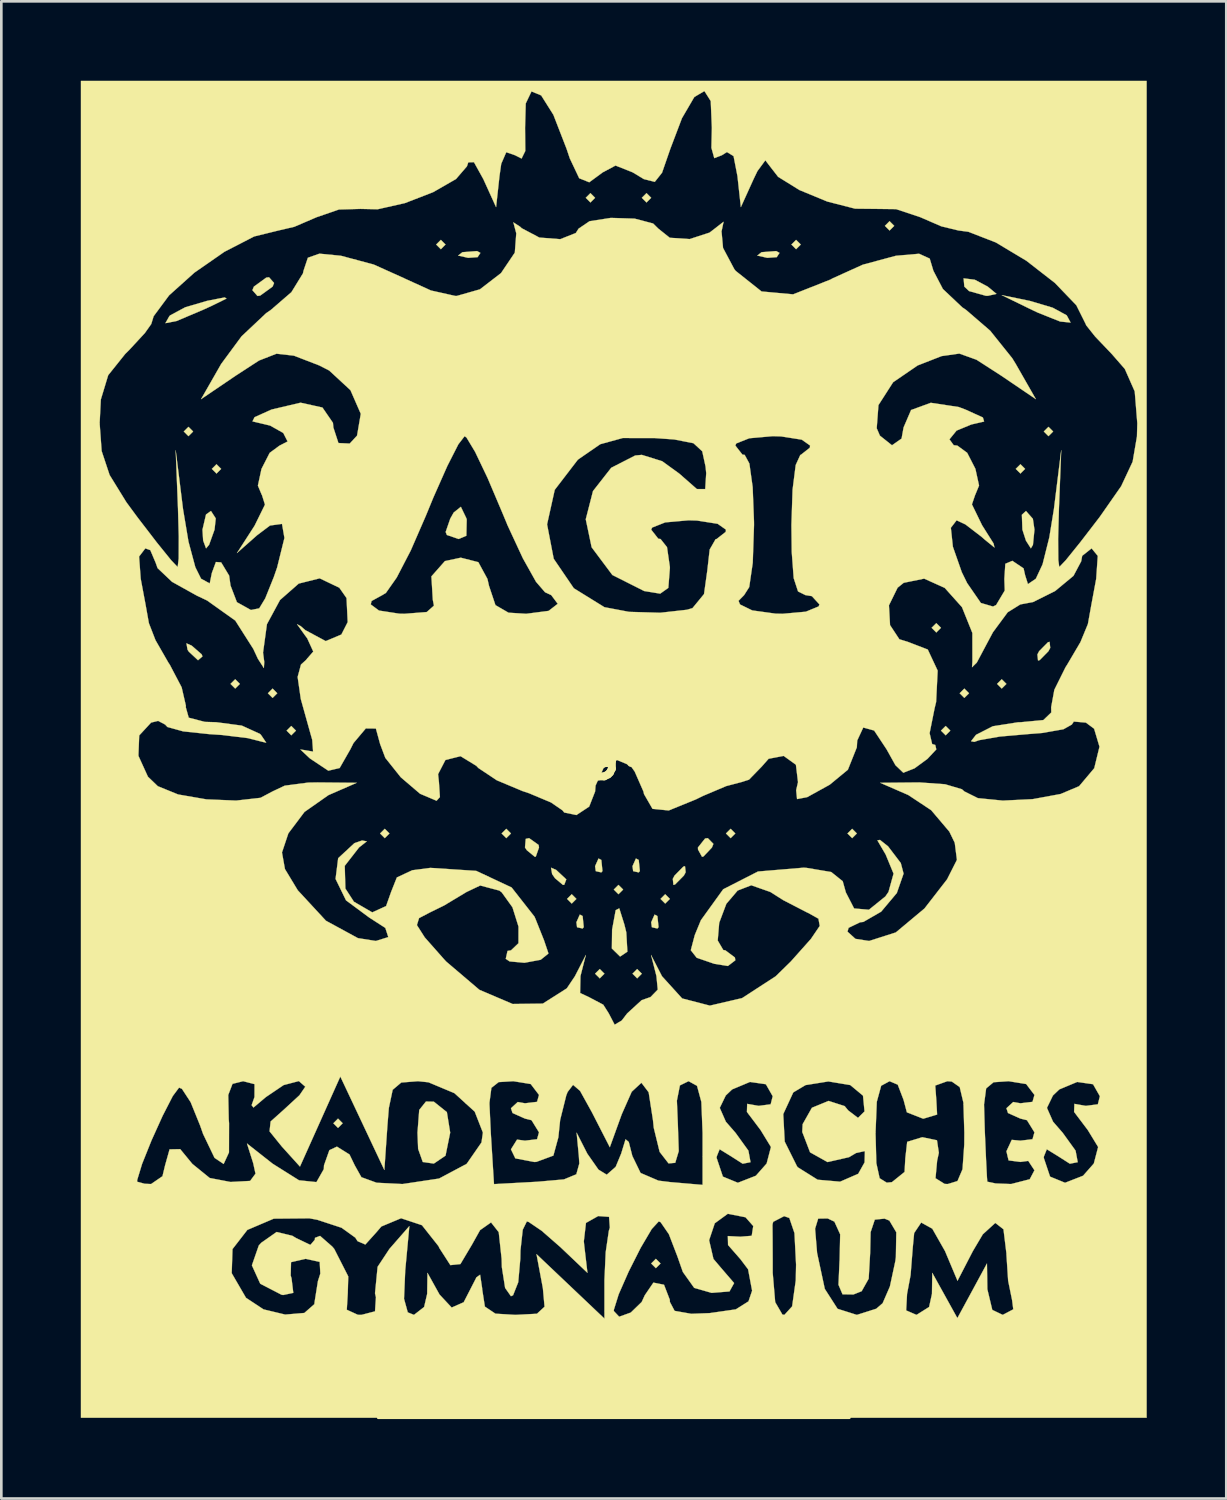
<source format=kicad_pcb>
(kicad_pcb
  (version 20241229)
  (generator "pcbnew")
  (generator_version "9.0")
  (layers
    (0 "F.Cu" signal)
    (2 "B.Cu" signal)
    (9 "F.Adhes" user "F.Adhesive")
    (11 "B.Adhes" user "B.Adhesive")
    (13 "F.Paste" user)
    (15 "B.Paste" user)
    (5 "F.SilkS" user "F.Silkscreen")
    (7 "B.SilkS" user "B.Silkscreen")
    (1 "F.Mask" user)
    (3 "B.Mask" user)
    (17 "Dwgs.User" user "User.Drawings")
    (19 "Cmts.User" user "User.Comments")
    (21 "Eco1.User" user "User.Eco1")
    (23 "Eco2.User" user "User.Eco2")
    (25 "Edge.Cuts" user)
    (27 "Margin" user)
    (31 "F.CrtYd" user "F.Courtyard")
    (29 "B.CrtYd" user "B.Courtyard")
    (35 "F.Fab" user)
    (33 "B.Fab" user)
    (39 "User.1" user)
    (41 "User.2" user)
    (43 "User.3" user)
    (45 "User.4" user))
  (footprint "agi2"
    (layer "F.Cu")
    (at 20.113 25.052)
    (property "Reference" "agi2" (at 0 0 0) (layer "F.SilkS") (effects (font (size 1.524 1.524) (thickness 0.3))))
    (attr through_hole)
    (fp_poly (pts (xy 3.81 -1.27) (xy 3.81 -3.81) (xy -6.35 -3.81) (xy -5.08 -1.27)) (stroke (width 0.1) (type solid)) (fill yes) (layer "F.SilkS"))
    (fp_poly (pts (xy -15.875 -11.818) (xy -16.051 -11.642) (xy -16.228 -11.818) (xy -16.051 -11.994) (xy -15.875 -11.818)) (stroke (width 0.01) (type solid)) (fill yes) (layer "F.SilkS"))
    (fp_poly (pts (xy -14.817 -10.407) (xy -14.993 -10.231) (xy -15.169 -10.407) (xy -14.993 -10.583) (xy -14.817 -10.407)) (stroke (width 0.01) (type solid)) (fill yes) (layer "F.SilkS"))
    (fp_poly (pts (xy -14.111 -2.293) (xy -14.287 -2.117) (xy -14.464 -2.293) (xy -14.287 -2.469) (xy -14.111 -2.293)) (stroke (width 0.01) (type solid)) (fill yes) (layer "F.SilkS"))
    (fp_poly (pts (xy -12.7 -1.94) (xy -12.876 -1.764) (xy -13.053 -1.94) (xy -12.876 -2.117) (xy -12.7 -1.94)) (stroke (width 0.01) (type solid)) (fill yes) (layer "F.SilkS"))
    (fp_poly (pts (xy -11.994 -0.529) (xy -12.171 -0.353) (xy -12.347 -0.529) (xy -12.171 -0.706) (xy -11.994 -0.529)) (stroke (width 0.01) (type solid)) (fill yes) (layer "F.SilkS"))
    (fp_poly (pts (xy -10.231 14.287) (xy -10.407 14.464) (xy -10.583 14.287) (xy -10.407 14.111) (xy -10.231 14.287)) (stroke (width 0.01) (type solid)) (fill yes) (layer "F.SilkS"))
    (fp_poly (pts (xy -10.16 22.86) (xy 8.89 22.86) (xy 8.89 25.4) (xy -8.89 25.4) (xy -8.89 24.13)) (stroke (width 0.1) (type solid)) (fill yes) (layer "F.SilkS"))
    (fp_poly (pts (xy -8.467 3.351) (xy -8.643 3.528) (xy -8.819 3.351) (xy -8.643 3.175) (xy -8.467 3.351)) (stroke (width 0.01) (type solid)) (fill yes) (layer "F.SilkS"))
    (fp_poly (pts (xy -6.35 -18.874) (xy -6.526 -18.697) (xy -6.703 -18.874) (xy -6.526 -19.05) (xy -6.35 -18.874)) (stroke (width 0.01) (type solid)) (fill yes) (layer "F.SilkS"))
    (fp_poly (pts (xy -3.881 3.351) (xy -4.057 3.528) (xy -4.233 3.351) (xy -4.057 3.175) (xy -3.881 3.351)) (stroke (width 0.01) (type solid)) (fill yes) (layer "F.SilkS"))
    (fp_poly (pts (xy -1.411 5.821) (xy -1.587 5.997) (xy -1.764 5.821) (xy -1.587 5.644) (xy -1.411 5.821)) (stroke (width 0.01) (type solid)) (fill yes) (layer "F.SilkS"))
    (fp_poly (pts (xy -0.706 -20.637) (xy -0.882 -20.461) (xy -1.058 -20.637) (xy -0.882 -20.814) (xy -0.706 -20.637)) (stroke (width 0.01) (type solid)) (fill yes) (layer "F.SilkS"))
    (fp_poly (pts (xy -0.353 8.643) (xy -0.529 8.819) (xy -0.706 8.643) (xy -0.529 8.467) (xy -0.353 8.643)) (stroke (width 0.01) (type solid)) (fill yes) (layer "F.SilkS"))
    (fp_poly (pts (xy 0.353 5.468) (xy 0.176 5.644) (xy 0 5.468) (xy 0.176 5.292) (xy 0.353 5.468)) (stroke (width 0.01) (type solid)) (fill yes) (layer "F.SilkS"))
    (fp_poly (pts (xy 1.058 8.643) (xy 0.882 8.819) (xy 0.706 8.643) (xy 0.882 8.467) (xy 1.058 8.643)) (stroke (width 0.01) (type solid)) (fill yes) (layer "F.SilkS"))
    (fp_poly (pts (xy 1.411 -20.637) (xy 1.235 -20.461) (xy 1.058 -20.637) (xy 1.235 -20.814) (xy 1.411 -20.637)) (stroke (width 0.01) (type solid)) (fill yes) (layer "F.SilkS"))
    (fp_poly (pts (xy 1.764 19.579) (xy 1.587 19.756) (xy 1.411 19.579) (xy 1.587 19.403) (xy 1.764 19.579)) (stroke (width 0.01) (type solid)) (fill yes) (layer "F.SilkS"))
    (fp_poly (pts (xy 2.117 5.821) (xy 1.94 5.997) (xy 1.764 5.821) (xy 1.94 5.644) (xy 2.117 5.821)) (stroke (width 0.01) (type solid)) (fill yes) (layer "F.SilkS"))
    (fp_poly (pts (xy 4.586 3.351) (xy 4.41 3.528) (xy 4.233 3.351) (xy 4.41 3.175) (xy 4.586 3.351)) (stroke (width 0.01) (type solid)) (fill yes) (layer "F.SilkS"))
    (fp_poly (pts (xy 7.056 -18.874) (xy 6.879 -18.697) (xy 6.703 -18.874) (xy 6.879 -19.05) (xy 7.056 -18.874)) (stroke (width 0.01) (type solid)) (fill yes) (layer "F.SilkS"))
    (fp_poly (pts (xy 9.172 3.351) (xy 8.996 3.528) (xy 8.819 3.351) (xy 8.996 3.175) (xy 9.172 3.351)) (stroke (width 0.01) (type solid)) (fill yes) (layer "F.SilkS"))
    (fp_poly (pts (xy 10.583 -19.579) (xy 10.407 -19.403) (xy 10.231 -19.579) (xy 10.407 -19.756) (xy 10.583 -19.579)) (stroke (width 0.01) (type solid)) (fill yes) (layer "F.SilkS"))
    (fp_poly (pts (xy 12.347 -4.41) (xy 12.171 -4.233) (xy 11.994 -4.41) (xy 12.171 -4.586) (xy 12.347 -4.41)) (stroke (width 0.01) (type solid)) (fill yes) (layer "F.SilkS"))
    (fp_poly (pts (xy 12.7 -0.529) (xy 12.524 -0.353) (xy 12.347 -0.529) (xy 12.524 -0.706) (xy 12.7 -0.529)) (stroke (width 0.01) (type solid)) (fill yes) (layer "F.SilkS"))
    (fp_poly (pts (xy 13.406 -1.94) (xy 13.229 -1.764) (xy 13.053 -1.94) (xy 13.229 -2.117) (xy 13.406 -1.94)) (stroke (width 0.01) (type solid)) (fill yes) (layer "F.SilkS"))
    (fp_poly (pts (xy 14.817 -2.293) (xy 14.64 -2.117) (xy 14.464 -2.293) (xy 14.64 -2.469) (xy 14.817 -2.293)) (stroke (width 0.01) (type solid)) (fill yes) (layer "F.SilkS"))
    (fp_poly (pts (xy 15.522 -10.407) (xy 15.346 -10.231) (xy 15.169 -10.407) (xy 15.346 -10.583) (xy 15.522 -10.407)) (stroke (width 0.01) (type solid)) (fill yes) (layer "F.SilkS"))
    (fp_poly (pts (xy 16.581 -11.818) (xy 16.404 -11.642) (xy 16.228 -11.818) (xy 16.404 -11.994) (xy 16.581 -11.818)) (stroke (width 0.01) (type solid)) (fill yes) (layer "F.SilkS"))
    (fp_poly (pts (xy -5.034 -18.558) (xy -5.14 -18.397) (xy -5.497 -18.372) (xy -5.874 -18.458) (xy -5.711 -18.585) (xy -5.159 -18.627) (xy -5.034 -18.558)) (stroke (width 0.01) (type solid)) (fill yes) (layer "F.SilkS"))
    (fp_poly (pts (xy -1.176 6.468) (xy -1.134 6.886) (xy -1.176 6.938) (xy -1.386 6.89) (xy -1.411 6.703) (xy -1.282 6.412) (xy -1.176 6.468)) (stroke (width 0.01) (type solid)) (fill yes) (layer "F.SilkS"))
    (fp_poly (pts (xy -0.47 4.351) (xy -0.428 4.77) (xy -0.47 4.821) (xy -0.68 4.773) (xy -0.706 4.586) (xy -0.576 4.296) (xy -0.47 4.351)) (stroke (width 0.01) (type solid)) (fill yes) (layer "F.SilkS"))
    (fp_poly (pts (xy 0.941 4.351) (xy 0.983 4.77) (xy 0.941 4.821) (xy 0.731 4.773) (xy 0.706 4.586) (xy 0.835 4.296) (xy 0.941 4.351)) (stroke (width 0.01) (type solid)) (fill yes) (layer "F.SilkS"))
    (fp_poly (pts (xy 1.646 6.468) (xy 1.689 6.886) (xy 1.646 6.938) (xy 1.437 6.89) (xy 1.411 6.703) (xy 1.54 6.412) (xy 1.646 6.468)) (stroke (width 0.01) (type solid)) (fill yes) (layer "F.SilkS"))
    (fp_poly (pts (xy 6.254 -18.558) (xy 6.149 -18.397) (xy 5.791 -18.372) (xy 5.415 -18.458) (xy 5.578 -18.585) (xy 6.13 -18.627) (xy 6.254 -18.558)) (stroke (width 0.01) (type solid)) (fill yes) (layer "F.SilkS"))
    (fp_poly (pts (xy -15.93 -3.738) (xy -15.554 -3.41) (xy -15.522 -3.331) (xy -15.69 -3.186) (xy -16.038 -3.51) (xy -16.085 -3.582) (xy -16.127 -3.824) (xy -15.93 -3.738)) (stroke (width 0.01) (type solid)) (fill yes) (layer "F.SilkS"))
    (fp_poly (pts (xy -2.171 4.729) (xy -1.792 5.084) (xy -1.87 5.288) (xy -1.919 5.292) (xy -2.218 5.041) (xy -2.327 4.884) (xy -2.368 4.643) (xy -2.171 4.729)) (stroke (width 0.01) (type solid)) (fill yes) (layer "F.SilkS"))
    (fp_poly (pts (xy -15.021 -8.539) (xy -15.067 -8.114) (xy -15.272 -7.544) (xy -15.387 -7.408) (xy -15.497 -7.705) (xy -15.522 -8.114) (xy -15.388 -8.687) (xy -15.202 -8.819) (xy -15.021 -8.539)) (stroke (width 0.01) (type solid)) (fill yes) (layer "F.SilkS"))
    (fp_poly (pts (xy -12.82 -17.422) (xy -12.876 -17.286) (xy -13.344 -16.947) (xy -13.447 -16.933) (xy -13.638 -17.151) (xy -13.582 -17.286) (xy -13.115 -17.626) (xy -13.011 -17.639) (xy -12.82 -17.422)) (stroke (width 0.01) (type solid)) (fill yes) (layer "F.SilkS"))
    (fp_poly (pts (xy -2.837 3.784) (xy -2.822 3.881) (xy -2.943 4.224) (xy -2.978 4.233) (xy -3.279 3.986) (xy -3.351 3.881) (xy -3.323 3.555) (xy -3.196 3.528) (xy -2.837 3.784)) (stroke (width 0.01) (type solid)) (fill yes) (layer "F.SilkS"))
    (fp_poly (pts (xy -0.391 23.922) (xy -0.353 24.165) (xy -0.428 24.636) (xy -0.491 24.694) (xy -0.719 24.419) (xy -0.833 24.165) (xy -0.84 23.711) (xy -0.694 23.636) (xy -0.391 23.922)) (stroke (width 0.01) (type solid)) (fill yes) (layer "F.SilkS"))
    (fp_poly (pts (xy 0.399 6.787) (xy 0.472 7.085) (xy 0.513 7.812) (xy 0.238 7.996) (xy -0.073 7.692) (xy -0.064 6.98) (xy 0.072 6.245) (xy 0.207 6.177) (xy 0.399 6.787)) (stroke (width 0.01) (type solid)) (fill yes) (layer "F.SilkS"))
    (fp_poly (pts (xy 1.397 -2.919) (xy 1.411 -2.822) (xy 1.291 -2.479) (xy 1.256 -2.469) (xy 0.954 -2.717) (xy 0.882 -2.822) (xy 0.91 -3.147) (xy 1.038 -3.175) (xy 1.397 -2.919)) (stroke (width 0.01) (type solid)) (fill yes) (layer "F.SilkS"))
    (fp_poly (pts (xy 2.712 4.814) (xy 2.646 4.939) (xy 2.313 5.276) (xy 2.251 5.292) (xy 2.227 5.064) (xy 2.293 4.939) (xy 2.625 4.602) (xy 2.687 4.586) (xy 2.712 4.814)) (stroke (width 0.01) (type solid)) (fill yes) (layer "F.SilkS"))
    (fp_poly (pts (xy 3.759 3.744) (xy 3.704 3.881) (xy 3.387 4.217) (xy 3.331 4.233) (xy 3.179 3.96) (xy 3.175 3.881) (xy 3.446 3.541) (xy 3.549 3.528) (xy 3.759 3.744)) (stroke (width 0.01) (type solid)) (fill yes) (layer "F.SilkS"))
    (fp_poly (pts (xy 3.841 23.922) (xy 3.881 24.165) (xy 3.69 24.635) (xy 3.528 24.694) (xy 3.215 24.409) (xy 3.175 24.165) (xy 3.365 23.696) (xy 3.528 23.636) (xy 3.841 23.922)) (stroke (width 0.01) (type solid)) (fill yes) (layer "F.SilkS"))
    (fp_poly (pts (xy 5.821 23.861) (xy 6.288 24.208) (xy 6.35 24.379) (xy 6.064 24.659) (xy 5.821 24.694) (xy 5.353 24.418) (xy 5.292 24.176) (xy 5.525 23.82) (xy 5.821 23.861)) (stroke (width 0.01) (type solid)) (fill yes) (layer "F.SilkS"))
    (fp_poly (pts (xy 13.621 -17.546) (xy 14.111 -17.286) (xy 14.442 -17.012) (xy 14.124 -16.94) (xy 14.044 -16.939) (xy 13.406 -17.118) (xy 13.229 -17.286) (xy 13.201 -17.598) (xy 13.621 -17.546)) (stroke (width 0.01) (type solid)) (fill yes) (layer "F.SilkS"))
    (fp_poly (pts (xy 15.699 -16.747) (xy 16.564 -16.49) (xy 17.092 -16.203) (xy 17.239 -15.929) (xy 16.846 -15.968) (xy 15.996 -16.307) (xy 15.699 -16.448) (xy 14.64 -16.964) (xy 15.699 -16.747)) (stroke (width 0.01) (type solid)) (fill yes) (layer "F.SilkS"))
    (fp_poly (pts (xy 15.815 -8.524) (xy 15.875 -8.114) (xy 15.818 -7.54) (xy 15.74 -7.408) (xy 15.554 -7.699) (xy 15.42 -8.114) (xy 15.4 -8.676) (xy 15.555 -8.819) (xy 15.815 -8.524)) (stroke (width 0.01) (type solid)) (fill yes) (layer "F.SilkS"))
    (fp_poly (pts (xy 16.47 -3.653) (xy 16.404 -3.528) (xy 16.072 -3.191) (xy 16.01 -3.175) (xy 15.986 -3.403) (xy 16.051 -3.528) (xy 16.384 -3.865) (xy 16.446 -3.881) (xy 16.47 -3.653)) (stroke (width 0.01) (type solid)) (fill yes) (layer "F.SilkS"))
    (fp_poly (pts (xy -5.562 -8.54) (xy -5.55 -8.496) (xy -5.564 -7.884) (xy -5.854 -7.761) (xy -6.299 -7.913) (xy -6.345 -8.026) (xy -6.171 -8.53) (xy -6.041 -8.761) (xy -5.771 -8.976) (xy -5.562 -8.54)) (stroke (width 0.01) (type solid)) (fill yes) (layer "F.SilkS"))
    (fp_poly (pts (xy -14.615 -16.835) (xy -15.16 -16.567) (xy -15.475 -16.422) (xy -16.495 -15.989) (xy -16.921 -15.906) (xy -16.772 -16.171) (xy -16.739 -16.203) (xy -16.173 -16.506) (xy -15.346 -16.749) (xy -14.684 -16.878) (xy -14.615 -16.835)) (stroke (width 0.01) (type solid)) (fill yes) (layer "F.SilkS"))
    (fp_poly (pts (xy -6.791 13.473) (xy -6.299 13.867) (xy -6.174 14.64) (xy -6.35 15.509) (xy -6.791 15.808) (xy -7.208 15.75) (xy -7.384 15.255) (xy -7.408 14.64) (xy -7.342 13.784) (xy -7.088 13.467) (xy -6.791 13.473)) (stroke (width 0.01) (type solid)) (fill yes) (layer "F.SilkS"))
    (fp_poly (pts (xy 20.108 25.4) (xy -20.108 25.4) (xy -20.108 23.209) (xy -7.139 23.209) (xy -7.131 23.989) (xy -6.894 24.761) (xy -6.376 25.033) (xy -6.113 25.047) (xy -5.504 24.925) (xy -5.499 24.606) (xy -5.605 24.342) (xy -5.292 24.589) (xy -5.273 24.606) (xy -4.553 24.961) (xy -3.966 25.047) (xy -3.383 24.927) (xy -3.398 24.606) (xy -3.506 24.342) (xy -3.177 24.559) (xy -3.12 24.605) (xy -2.6 24.796) (xy -1.554 24.928) (xy 0.076 25.004) (xy 2.343 25.027) (xy 2.795 25.026) (xy 4.868 25.01) (xy 6.322 24.973) (xy 7.243 24.905) (xy 7.718 24.798) (xy 7.834 24.643) (xy 7.771 24.53) (xy 7.571 24.037) (xy 7.832 23.756) (xy 7.87 23.534) (xy 7.322 23.355) (xy 6.31 23.234) (xy 4.953 23.184) (xy 3.37 23.22) (xy 3.263 23.225) (xy 2.007 23.331) (xy 1.313 23.51) (xy 1.039 23.805) (xy 1.017 23.931) (xy 0.962 24.311) (xy 0.845 24.015) (xy 0.815 23.901) (xy 0.516 23.478) (xy -0.189 23.293) (xy -1.323 23.298) (xy -1.528 23.605) (xy -1.559 24.003) (xy -1.661 24.568) (xy -1.824 24.694) (xy -2.067 24.4) (xy -2.117 24.033) (xy -2.369 23.498) (xy -2.94 23.322) (xy -3.547 23.492) (xy -3.911 23.994) (xy -3.929 24.121) (xy -3.977 24.871) (xy -4.124 24.121) (xy -4.516 23.503) (xy -5.115 23.372) (xy -5.859 23.612) (xy -6.107 24.121) (xy -6.216 24.519) (xy -6.28 24.258) (xy -6.302 23.901) (xy -6.486 23.184) (xy -6.818 22.931) (xy -7.139 23.209) (xy -20.108 23.209) (xy -20.108 19.945) (xy -14.419 19.945) (xy -13.88 20.874) (xy -13.218 21.311) (xy -12.401 21.507) (xy -11.678 21.446) (xy -11.301 21.116) (xy -11.289 21.019) (xy -11.165 20.243) (xy -11.075 19.961) (xy -11.098 19.519) (xy -11.628 19.403) (xy -12.18 19.529) (xy -12.193 20.032) (xy -12.161 20.141) (xy -12.095 20.688) (xy -12.478 20.769) (xy -12.54 20.758) (xy -13.342 20.343) (xy -13.657 19.649) (xy -13.397 18.9) (xy -13.306 18.799) (xy -12.723 18.39) (xy -12.132 18.533) (xy -11.989 18.619) (xy -11.45 18.878) (xy -11.281 18.681) (xy -11.277 18.612) (xy -11.084 18.538) (xy -10.625 18.94) (xy -10.55 19.028) (xy -10.021 20.067) (xy -10.039 20.703) (xy -10.076 21.325) (xy -9.657 21.516) (xy -9.525 21.519) (xy -9.011 21.385) (xy -8.976 20.854) (xy -9.011 20.703) (xy -8.913 19.705) (xy -8.466 19.028) (xy -7.715 18.168) (xy -7.871 19.844) (xy -7.916 20.912) (xy -7.775 21.423) (xy -7.541 21.519) (xy -7.158 21.221) (xy -7.043 20.726) (xy -7.031 19.932) (xy -6.577 20.75) (xy -6.118 21.242) (xy -5.665 21.042) (xy -5.203 20.142) (xy -5.19 20.108) (xy -5.045 20.003) (xy -4.968 20.514) (xy -4.967 20.549) (xy -4.865 21.206) (xy -4.467 21.473) (xy -3.713 21.519) (xy -2.9 21.476) (xy -2.613 21.211) (xy -2.675 20.522) (xy -2.702 20.373) (xy -2.917 19.226) (xy -1.635 20.442) (xy -0.353 21.658) (xy -0.353 21.372) (xy 0 21.372) (xy 0.203 21.588) (xy 0.641 21.431) (xy 1.053 21.032) (xy 1.17 20.778) (xy 1.495 20.301) (xy 1.895 20.381) (xy 2.114 20.949) (xy 2.117 21.031) (xy 2.295 21.367) (xy 2.925 21.478) (xy 3.616 21.452) (xy 4.606 21.31) (xy 5.083 21.009) (xy 5.22 20.607) (xy 5.068 19.799) (xy 4.78 19.417) (xy 4.312 18.882) (xy 4.304 18.544) (xy 4.758 18.568) (xy 4.763 18.57) (xy 5.205 18.534) (xy 5.263 18.165) (xy 5.207 18.102) (xy 5.988 18.102) (xy 5.993 18.575) (xy 5.997 19.483) (xy 5.997 19.932) (xy 6.091 21.038) (xy 6.363 21.506) (xy 6.438 21.519) (xy 6.73 21.198) (xy 6.867 20.219) (xy 6.879 19.623) (xy 6.818 18.43) (xy 6.763 18.268) (xy 7.596 18.268) (xy 7.672 19.182) (xy 7.963 20.538) (xy 8.445 21.289) (xy 9.172 21.519) (xy 9.706 21.35) (xy 11.033 21.35) (xy 11.424 21.519) (xy 11.899 21.22) (xy 12.007 20.726) (xy 12.019 19.932) (xy 12.493 20.787) (xy 12.966 21.641) (xy 13.525 20.61) (xy 14.083 19.579) (xy 14.097 20.549) (xy 14.284 21.331) (xy 14.678 21.519) (xy 15.076 21.309) (xy 15.031 20.961) (xy 14.882 20.23) (xy 14.817 19.233) (xy 14.817 19.198) (xy 14.706 18.288) (xy 14.398 18.048) (xy 13.926 18.478) (xy 13.55 19.112) (xy 12.971 20.232) (xy 12.5 19.112) (xy 12.019 18.265) (xy 11.601 18.034) (xy 11.335 18.429) (xy 11.284 18.962) (xy 11.2 20.02) (xy 11.067 20.726) (xy 11.033 21.35) (xy 9.706 21.35) (xy 9.904 21.287) (xy 10.146 21.078) (xy 10.419 20.449) (xy 10.626 19.484) (xy 10.645 19.337) (xy 10.661 18.401) (xy 10.4 17.96) (xy 10.219 17.886) (xy 9.85 17.924) (xy 9.692 18.396) (xy 9.675 19.176) (xy 9.619 20.153) (xy 9.354 20.625) (xy 9.044 20.748) (xy 8.632 20.742) (xy 8.479 20.382) (xy 8.518 19.502) (xy 8.522 19.456) (xy 8.543 18.478) (xy 8.325 17.999) (xy 8.072 17.879) (xy 7.713 17.885) (xy 7.596 18.268) (xy 6.763 18.268) (xy 6.625 17.862) (xy 6.428 17.793) (xy 6.017 18.006) (xy 5.988 18.102) (xy 5.207 18.102) (xy 4.971 17.835) (xy 4.302 17.703) (xy 3.811 18.062) (xy 3.597 18.7) (xy 3.761 19.407) (xy 4.057 19.756) (xy 4.541 20.318) (xy 4.366 20.634) (xy 3.692 20.688) (xy 3.034 20.499) (xy 2.606 19.898) (xy 2.402 19.315) (xy 2.079 18.474) (xy 1.765 18.018) (xy 1.696 17.992) (xy 1.432 18.279) (xy 1.015 18.987) (xy 0.561 19.885) (xy 0.185 20.741) (xy 0.003 21.325) (xy 0 21.372) (xy -0.353 21.372) (xy -0.353 20.206) (xy -0.305 19.152) (xy -0.187 18.347) (xy -0.149 18.224) (xy -0.179 17.819) (xy -0.59 17.789) (xy -1.05 18.048) (xy -1.131 18.743) (xy -1.114 18.908) (xy -0.994 19.932) (xy -2.015 18.962) (xy -2.72 18.346) (xy -3.211 18.012) (xy -3.282 17.992) (xy -3.436 18.305) (xy -3.522 19.087) (xy -3.528 19.403) (xy -3.606 20.286) (xy -3.801 20.778) (xy -3.881 20.814) (xy -4.101 20.501) (xy -4.224 19.719) (xy -4.233 19.403) (xy -4.342 18.398) (xy -4.632 18.029) (xy -5.047 18.321) (xy -5.356 18.874) (xy -5.788 19.601) (xy -6.167 19.641) (xy -6.582 18.997) (xy -6.616 18.923) (xy -7.24 18.134) (xy -8.027 17.872) (xy -8.772 18.183) (xy -8.964 18.407) (xy -9.376 18.864) (xy -9.669 18.737) (xy -9.755 18.603) (xy -10.272 18.231) (xy -11.189 17.93) (xy -11.485 17.875) (xy -12.831 17.887) (xy -13.829 18.312) (xy -14.389 19.035) (xy -14.419 19.945) (xy -20.108 19.945) (xy -20.108 16.492) (xy -17.991 16.492) (xy -17.703 16.571) (xy -17.462 16.581) (xy -17.032 16.286) (xy -16.933 15.875) (xy -16.764 15.272) (xy -16.362 15.264) (xy -15.904 15.821) (xy -15.248 16.353) (xy -14.464 16.503) (xy -13.724 16.463) (xy -13.521 16.19) (xy -13.608 15.793) (xy -13.843 15.051) (xy -12.871 15.816) (xy -11.878 16.44) (xy -11.221 16.508) (xy -10.943 16.018) (xy -10.936 15.875) (xy -10.733 15.303) (xy -10.448 15.169) (xy -9.974 15.465) (xy -9.776 15.875) (xy -9.525 16.323) (xy -8.951 16.532) (xy -7.971 16.581) (xy -6.595 16.374) (xy -5.552 15.819) (xy -4.993 15.012) (xy -4.939 14.64) (xy -5.248 13.849) (xy -5.603 13.526) (xy -4.694 13.526) (xy -4.642 14.63) (xy -4.642 14.642) (xy -4.521 16.584) (xy -2.878 16.494) (xy -1.881 16.406) (xy -1.414 16.213) (xy -1.301 15.806) (xy -1.319 15.522) (xy -1.403 14.64) (xy -1 15.434) (xy -0.578 16.037) (xy -0.266 16.228) (xy 0.071 15.932) (xy 0.278 15.434) (xy 0.444 14.892) (xy 0.565 14.993) (xy 0.7 15.522) (xy 1.011 16.163) (xy 1.687 16.453) (xy 2.131 16.508) (xy 3.351 16.613) (xy 3.351 15.597) (xy 3.881 15.597) (xy 4.117 16.301) (xy 4.682 16.533) (xy 5.361 16.268) (xy 5.768 15.807) (xy 5.931 15.183) (xy 5.541 14.545) (xy 5.086 13.941) (xy 6.395 13.941) (xy 6.45 14.979) (xy 6.916 15.915) (xy 6.949 15.952) (xy 7.693 16.418) (xy 8.54 16.492) (xy 9.223 16.195) (xy 9.464 15.765) (xy 9.476 15.337) (xy 9.143 15.41) (xy 8.878 15.567) (xy 8.066 15.752) (xy 7.407 15.384) (xy 7.132 14.666) (xy 9.878 14.666) (xy 9.908 15.792) (xy 10.033 16.363) (xy 10.301 16.529) (xy 10.495 16.51) (xy 10.973 16.125) (xy 11.002 15.602) (xy 11.072 14.988) (xy 11.631 14.817) (xy 11.658 14.817) (xy 12.196 14.929) (xy 12.267 15.402) (xy 12.202 15.699) (xy 12.141 16.362) (xy 12.485 16.576) (xy 12.605 16.581) (xy 12.97 16.468) (xy 13.16 16.023) (xy 13.226 15.086) (xy 13.229 14.64) (xy 13.196 13.578) (xy 13.972 13.578) (xy 14 14.552) (xy 14.046 15.607) (xy 14.082 16.318) (xy 14.095 16.492) (xy 14.411 16.559) (xy 14.993 16.581) (xy 15.697 16.4) (xy 15.875 16.062) (xy 15.641 15.707) (xy 15.346 15.747) (xy 14.899 15.689) (xy 14.877 15.597) (xy 16.228 15.597) (xy 16.464 16.301) (xy 17.03 16.533) (xy 17.709 16.268) (xy 18.115 15.807) (xy 18.278 15.183) (xy 17.889 14.545) (xy 17.371 13.859) (xy 17.382 13.555) (xy 17.815 13.631) (xy 18.267 13.572) (xy 18.344 13.267) (xy 18.086 12.814) (xy 17.487 12.728) (xy 16.813 13.01) (xy 16.572 13.24) (xy 16.346 13.707) (xy 16.577 14.229) (xy 16.942 14.649) (xy 17.427 15.321) (xy 17.508 15.756) (xy 17.211 15.814) (xy 16.765 15.529) (xy 16.341 15.268) (xy 16.228 15.549) (xy 16.228 15.597) (xy 14.877 15.597) (xy 14.817 15.346) (xy 15.018 14.913) (xy 15.346 14.944) (xy 15.801 14.89) (xy 15.875 14.629) (xy 15.592 14.171) (xy 15.346 14.111) (xy 14.877 13.901) (xy 14.817 13.721) (xy 15.073 13.485) (xy 15.346 13.533) (xy 15.801 13.479) (xy 15.875 13.218) (xy 15.562 12.807) (xy 14.898 12.7) (xy 14.332 12.739) (xy 14.052 12.972) (xy 13.972 13.578) (xy 13.196 13.578) (xy 13.194 13.51) (xy 13.054 12.921) (xy 12.755 12.713) (xy 12.588 12.7) (xy 12.131 12.864) (xy 12.171 13.406) (xy 12.201 13.959) (xy 11.695 14.111) (xy 11.665 14.111) (xy 11.06 13.874) (xy 10.936 13.406) (xy 10.716 12.831) (xy 10.407 12.7) (xy 10.09 12.872) (xy 9.925 13.478) (xy 9.878 14.65) (xy 9.878 14.666) (xy 7.132 14.666) (xy 7.112 14.613) (xy 7.127 14.322) (xy 7.477 13.702) (xy 8.105 13.444) (xy 8.712 13.639) (xy 8.846 13.802) (xy 9.216 14.084) (xy 9.462 13.84) (xy 9.405 13.249) (xy 9.403 13.244) (xy 8.924 12.846) (xy 8.097 12.709) (xy 7.237 12.847) (xy 6.773 13.123) (xy 6.395 13.941) (xy 5.086 13.941) (xy 5.024 13.859) (xy 5.034 13.555) (xy 5.468 13.631) (xy 5.92 13.572) (xy 5.997 13.267) (xy 5.739 12.814) (xy 5.139 12.728) (xy 4.466 13.01) (xy 4.225 13.24) (xy 3.999 13.707) (xy 4.229 14.229) (xy 4.595 14.649) (xy 5.08 15.321) (xy 5.16 15.756) (xy 4.864 15.814) (xy 4.418 15.529) (xy 3.994 15.268) (xy 3.881 15.549) (xy 3.881 15.597) (xy 3.351 15.597) (xy 3.351 14.656) (xy 3.305 13.482) (xy 3.141 12.875) (xy 2.824 12.7) (xy 2.82 12.7) (xy 2.495 12.859) (xy 2.381 13.435) (xy 2.418 14.33) (xy 2.451 15.34) (xy 2.319 15.78) (xy 2.067 15.802) (xy 1.73 15.367) (xy 1.508 14.457) (xy 1.479 14.172) (xy 1.316 13.119) (xy 1.043 12.759) (xy 0.677 13.097) (xy 0.301 13.946) (xy -0.15 15.192) (xy -0.833 13.859) (xy -1.273 13.065) (xy -1.537 12.838) (xy -1.74 13.103) (xy -1.792 13.23) (xy -2.024 14.16) (xy -2.092 14.817) (xy -2.28 15.508) (xy -2.92 15.744) (xy -2.999 15.749) (xy -3.716 15.612) (xy -3.881 15.271) (xy -3.651 14.904) (xy -3.351 14.944) (xy -2.896 14.89) (xy -2.822 14.629) (xy -3.105 14.171) (xy -3.351 14.111) (xy -3.821 13.901) (xy -3.881 13.721) (xy -3.624 13.485) (xy -3.351 13.533) (xy -2.896 13.479) (xy -2.822 13.218) (xy -3.135 12.807) (xy -3.792 12.7) (xy -4.344 12.734) (xy -4.619 12.951) (xy -4.694 13.526) (xy -5.603 13.526) (xy -6.014 13.152) (xy -6.995 12.741) (xy -7.389 12.7) (xy -8.02 12.75) (xy -8.344 13.024) (xy -8.489 13.709) (xy -8.543 14.376) (xy -8.658 16.051) (xy -9.489 14.287) (xy -10.32 12.524) (xy -11.081 14.223) (xy -11.843 15.922) (xy -12.533 15.159) (xy -12.991 14.592) (xy -12.95 14.22) (xy -12.432 13.756) (xy -11.862 13.23) (xy -11.642 12.908) (xy -11.885 12.695) (xy -12.459 12.846) (xy -13.128 13.298) (xy -13.597 13.694) (xy -13.668 13.606) (xy -13.559 13.298) (xy -13.557 12.811) (xy -13.988 12.7) (xy -14.389 12.8) (xy -14.55 13.219) (xy -14.531 14.135) (xy -14.519 14.287) (xy -14.522 15.388) (xy -14.723 15.824) (xy -15.067 15.593) (xy -15.5 14.689) (xy -15.61 14.376) (xy -15.969 13.491) (xy -16.297 12.989) (xy -16.406 12.942) (xy -16.643 13.261) (xy -17.025 14.005) (xy -17.446 14.936) (xy -17.801 15.821) (xy -17.984 16.422) (xy -17.991 16.492) (xy -20.108 16.492) (xy -20.108 0.42) (xy -17.94 0.42) (xy -17.581 1.208) (xy -17.208 1.567) (xy -16.442 1.879) (xy -15.373 2.064) (xy -14.253 2.11) (xy -13.333 2.006) (xy -12.876 1.764) (xy -12.417 1.547) (xy -11.531 1.431) (xy -11.18 1.425) (xy -9.701 1.439) (xy -10.768 1.904) (xy -11.672 2.538) (xy -12.281 3.347) (xy -12.522 4.069) (xy -12.41 4.694) (xy -11.926 5.495) (xy -10.863 6.644) (xy -9.656 7.301) (xy -8.979 7.408) (xy -8.51 7.262) (xy -8.622 6.915) (xy -9.232 6.522) (xy -10.105 5.875) (xy -10.5 5.066) (xy -10.401 4.284) (xy -9.789 3.717) (xy -9.5 3.616) (xy -9.321 3.649) (xy -9.613 3.878) (xy -10.153 4.572) (xy -10.129 5.43) (xy -9.807 5.927) (xy -9.114 6.329) (xy -8.593 6.091) (xy -8.403 5.556) (xy -8.186 5.01) (xy -7.604 4.739) (xy -6.922 4.65) (xy -5.191 4.763) (xy -3.856 5.389) (xy -2.992 6.491) (xy -2.955 6.576) (xy -2.633 7.383) (xy -2.473 7.857) (xy -2.469 7.885) (xy -2.758 8.117) (xy -3.371 8.231) (xy -3.934 8.179) (xy -4.077 8.081) (xy -4.01 7.784) (xy -3.878 7.761) (xy -3.597 7.493) (xy -3.596 6.865) (xy -3.824 6.137) (xy -4.23 5.572) (xy -4.322 5.505) (xy -5.042 5.315) (xy -5.556 5.559) (xy -6.404 6.069) (xy -6.943 6.333) (xy -7.349 6.546) (xy -7.43 6.809) (xy -7.135 7.272) (xy -6.415 8.087) (xy -6.326 8.184) (xy -5.071 9.252) (xy -3.817 9.786) (xy -2.679 9.772) (xy -1.773 9.196) (xy -1.467 8.739) (xy -1.055 7.938) (xy -1.257 8.731) (xy -1.271 9.371) (xy -0.943 9.525) (xy -0.397 9.813) (xy -0.189 10.142) (xy 0.032 10.568) (xy 0.3 10.41) (xy 0.505 10.142) (xy 1.051 9.642) (xy 1.386 9.525) (xy 1.659 9.244) (xy 1.609 8.731) (xy 1.407 7.938) (xy 1.819 8.739) (xy 2.58 9.577) (xy 3.625 9.848) (xy 4.84 9.565) (xy 6.109 8.741) (xy 6.679 8.184) (xy 7.44 7.33) (xy 7.772 6.841) (xy 7.723 6.566) (xy 7.345 6.354) (xy 7.296 6.333) (xy 6.389 5.864) (xy 5.909 5.559) (xy 5.188 5.306) (xy 4.674 5.505) (xy 4.247 6.006) (xy 3.978 6.722) (xy 3.922 7.391) (xy 4.133 7.75) (xy 4.21 7.761) (xy 4.571 8.032) (xy 4.586 8.138) (xy 4.306 8.352) (xy 3.792 8.27) (xy 3.128 8.041) (xy 2.906 7.757) (xy 3.056 7.186) (xy 3.287 6.625) (xy 4.129 5.457) (xy 5.441 4.787) (xy 7.167 4.642) (xy 7.275 4.65) (xy 8.205 4.806) (xy 8.639 5.153) (xy 8.758 5.577) (xy 9.069 6.181) (xy 9.628 6.23) (xy 10.249 5.728) (xy 10.367 5.557) (xy 10.558 4.867) (xy 10.26 4.146) (xy 9.948 3.612) (xy 10.045 3.594) (xy 10.35 3.836) (xy 10.831 4.468) (xy 10.936 4.866) (xy 10.681 5.598) (xy 10.09 6.302) (xy 9.419 6.689) (xy 9.294 6.703) (xy 8.861 6.912) (xy 8.819 7.056) (xy 9.119 7.328) (xy 9.635 7.408) (xy 10.643 7.086) (xy 11.725 6.182) (xy 12.577 5.083) (xy 12.949 4.347) (xy 12.867 3.702) (xy 12.663 3.281) (xy 11.978 2.473) (xy 11.113 1.9) (xy 10.054 1.439) (xy 11.533 1.425) (xy 12.501 1.494) (xy 13.137 1.682) (xy 13.229 1.764) (xy 13.739 2.018) (xy 14.681 2.111) (xy 15.806 2.056) (xy 16.861 1.862) (xy 17.56 1.567) (xy 18.131 0.889) (xy 18.329 0.077) (xy 18.126 -0.603) (xy 17.815 -0.833) (xy 17.359 -0.872) (xy 17.286 -0.76) (xy 16.97 -0.582) (xy 16.166 -0.441) (xy 15.633 -0.399) (xy 14.567 -0.306) (xy 13.786 -0.169) (xy 13.605 -0.105) (xy 13.482 -0.13) (xy 13.67 -0.372) (xy 14.304 -0.695) (xy 15.258 -0.845) (xy 15.356 -0.847) (xy 16.21 -0.928) (xy 16.51 -1.216) (xy 16.505 -1.413) (xy 16.626 -2.073) (xy 17.05 -2.927) (xy 17.109 -3.018) (xy 17.61 -3.869) (xy 17.889 -4.545) (xy 17.898 -4.586) (xy 18.025 -5.295) (xy 18.205 -6.259) (xy 18.205 -6.262) (xy 18.264 -7.124) (xy 18.032 -7.408) (xy 17.676 -7.126) (xy 17.639 -6.92) (xy 17.348 -6.372) (xy 16.654 -5.797) (xy 15.825 -5.383) (xy 15.341 -5.292) (xy 14.865 -4.996) (xy 14.308 -4.242) (xy 14.068 -3.792) (xy 13.699 -3.097) (xy 13.519 -2.921) (xy 13.533 -3.125) (xy 13.532 -4.215) (xy 13.14 -5.189) (xy 12.489 -5.916) (xy 11.712 -6.266) (xy 10.94 -6.108) (xy 10.71 -5.923) (xy 10.384 -5.258) (xy 10.425 -4.512) (xy 10.777 -3.978) (xy 11.093 -3.881) (xy 11.849 -3.59) (xy 12.222 -2.794) (xy 12.164 -1.611) (xy 12.109 -1.384) (xy 11.918 -0.434) (xy 12.014 -0.024) (xy 12.132 0.011) (xy 12.171 0.179) (xy 11.837 0.536) (xy 11.35 0.893) (xy 10.93 1.058) (xy 10.925 1.058) (xy 10.629 0.775) (xy 10.295 0.176) (xy 9.825 -0.534) (xy 9.414 -0.647) (xy 9.186 -0.156) (xy 9.172 0.1) (xy 8.834 0.946) (xy 8.148 1.511) (xy 7.297 1.981) (xy 6.916 2.053) (xy 6.882 1.718) (xy 6.952 1.415) (xy 6.873 0.758) (xy 6.411 0.424) (xy 5.843 0.532) (xy 5.583 0.827) (xy 5.102 1.321) (xy 4.82 1.411) (xy 4.245 1.562) (xy 3.359 1.937) (xy 3.099 2.065) (xy 2.073 2.483) (xy 1.462 2.423) (xy 1.142 1.868) (xy 1.118 1.765) (xy 0.789 1.015) (xy 0.63 0.791) (xy 0.124 0.58) (xy -0.386 0.883) (xy -0.688 1.543) (xy -0.706 1.769) (xy -0.929 2.338) (xy -1.411 2.656) (xy -1.871 2.56) (xy -1.934 2.48) (xy -2.369 2.181) (xy -3.206 1.83) (xy -3.444 1.751) (xy -4.414 1.345) (xy -5.112 0.88) (xy -5.187 0.799) (xy -5.783 0.435) (xy -6.354 0.578) (xy -6.631 1.113) (xy -6.599 1.415) (xy -6.562 1.977) (xy -6.688 2.117) (xy -7.31 1.853) (xy -8.038 1.231) (xy -8.622 0.499) (xy -8.819 -0.026) (xy -8.978 -0.609) (xy -9.358 -0.613) (xy -9.822 -0.062) (xy -9.942 0.176) (xy -10.345 0.881) (xy -10.773 0.982) (xy -11.457 0.527) (xy -11.486 0.503) (xy -11.826 0.183) (xy -11.674 0.205) (xy -11.348 0.261) (xy -11.38 -0.183) (xy -11.438 -0.386) (xy -11.812 -1.725) (xy -11.931 -2.555) (xy -11.805 -3.023) (xy -11.624 -3.186) (xy -11.57 -3.249) (xy -2.58 -3.249) (xy -2.556 -2.646) (xy -2.323 -1.983) (xy -2.076 -1.764) (xy -1.841 -2.066) (xy -1.787 -2.473) (xy -1.411 -2.473) (xy -1.329 -1.76) (xy -0.938 -1.55) (xy -0.441 -1.587) (xy 0.624 -1.696) (xy 1.346 -1.74) (xy 1.93 -1.879) (xy 2.079 -2.388) (xy 2.052 -2.734) (xy 1.799 -3.489) (xy 1.181 -3.742) (xy 1.138 -3.745) (xy 0.419 -3.642) (xy 0.124 -3.442) (xy -0.198 -3.355) (xy -0.357 -3.535) (xy -0.767 -3.819) (xy -1.155 -3.538) (xy -1.389 -2.823) (xy -1.411 -2.473) (xy -1.787 -2.473) (xy -1.764 -2.646) (xy -1.93 -3.328) (xy -2.244 -3.528) (xy -2.58 -3.249) (xy -11.57 -3.249) (xy -11.341 -3.514) (xy -11.569 -4.013) (xy -11.647 -4.118) (xy -11.953 -4.545) (xy -11.815 -4.473) (xy -11.642 -4.322) (xy -10.87 -3.908) (xy -10.281 -4.156) (xy -10.042 -4.625) (xy -10.074 -5.292) (xy -9.172 -5.292) (xy -8.861 -5.061) (xy -8.094 -4.943) (xy -7.9 -4.939) (xy -7.059 -5.005) (xy -6.787 -5.246) (xy -6.83 -5.468) (xy -6.883 -6.35) (xy -6.373 -6.928) (xy -5.774 -7.056) (xy -5.112 -6.887) (xy -4.768 -6.254) (xy -4.71 -5.997) (xy -4.466 -5.266) (xy -3.972 -4.98) (xy -3.307 -4.939) (xy -2.459 -5.049) (xy -2.115 -5.316) (xy -2.361 -5.644) (xy -2.594 -5.752) (xy -2.934 -6.145) (xy -3.432 -7.035) (xy -4 -8.258) (xy -4.023 -8.314) (xy -2.518 -8.314) (xy -2.267 -7.015) (xy -1.509 -5.903) (xy -0.353 -5.188) (xy 0.578 -5.012) (xy 1.751 -4.978) (xy 2.761 -5.091) (xy 2.97 -5.153) (xy 3.405 -5.683) (xy 3.528 -6.564) (xy 3.619 -7.365) (xy 3.842 -7.754) (xy 3.881 -7.761) (xy 4.223 -8.03) (xy 4.233 -8.114) (xy 3.92 -8.335) (xy 3.139 -8.458) (xy 2.822 -8.467) (xy 1.939 -8.388) (xy 1.447 -8.193) (xy 1.411 -8.114) (xy 1.68 -7.771) (xy 1.764 -7.761) (xy 2.008 -7.454) (xy 2.116 -6.709) (xy 2.117 -6.665) (xy 2.058 -5.917) (xy 1.751 -5.699) (xy 1.147 -5.798) (xy -0.054 -6.403) (xy -0.836 -7.449) (xy -1.058 -8.506) (xy -0.785 -9.57) (xy -0.097 -10.449) (xy 0.807 -10.912) (xy 1.058 -10.936) (xy 1.826 -10.697) (xy 2.469 -10.231) (xy 3.135 -9.647) (xy 3.45 -9.646) (xy 3.488 -10.246) (xy 3.463 -10.495) (xy 3.338 -11.071) (xy 3.102 -11.289) (xy 4.586 -11.289) (xy 4.855 -10.946) (xy 4.939 -10.936) (xy 5.117 -10.608) (xy 5.241 -9.719) (xy 5.291 -8.414) (xy 5.292 -8.29) (xy 5.244 -6.861) (xy 5.111 -5.947) (xy 4.918 -5.644) (xy 4.707 -5.428) (xy 4.763 -5.292) (xy 5.225 -5.066) (xy 6.102 -4.945) (xy 6.371 -4.939) (xy 7.247 -5.018) (xy 7.729 -5.216) (xy 7.761 -5.292) (xy 7.475 -5.605) (xy 7.232 -5.644) (xy 6.953 -5.783) (xy 6.789 -6.284) (xy 6.715 -7.275) (xy 6.703 -8.29) (xy 6.747 -9.623) (xy 6.865 -10.553) (xy 7.039 -10.934) (xy 7.056 -10.936) (xy 7.398 -11.205) (xy 7.408 -11.289) (xy 7.095 -11.51) (xy 6.314 -11.633) (xy 5.997 -11.642) (xy 5.114 -11.563) (xy 4.622 -11.368) (xy 4.586 -11.289) (xy 3.102 -11.289) (xy 3.007 -11.376) (xy 2.279 -11.518) (xy 1.546 -11.57) (xy 0.337 -11.572) (xy -0.51 -11.339) (xy -1.322 -10.78) (xy -1.364 -10.745) (xy -2.228 -9.618) (xy -2.518 -8.314) (xy -4.023 -8.314) (xy -4.221 -8.788) (xy -4.764 -10.067) (xy -5.233 -11.049) (xy -5.556 -11.586) (xy -5.629 -11.642) (xy -5.865 -11.336) (xy -6.281 -10.519) (xy -6.806 -9.334) (xy -7.089 -8.646) (xy -7.662 -7.329) (xy -8.192 -6.307) (xy -8.6 -5.726) (xy -8.731 -5.647) (xy -9.141 -5.422) (xy -9.172 -5.292) (xy -10.074 -5.292) (xy -10.086 -5.534) (xy -10.358 -5.923) (xy -11.099 -6.277) (xy -11.89 -6.079) (xy -12.597 -5.458) (xy -13.09 -4.546) (xy -13.237 -3.472) (xy -13.191 -3.125) (xy -13.205 -2.891) (xy -13.431 -3.243) (xy -13.605 -3.616) (xy -14.284 -4.683) (xy -15.348 -5.441) (xy -15.736 -5.625) (xy -16.67 -6.145) (xy -17.217 -6.663) (xy -17.286 -6.859) (xy -17.491 -7.341) (xy -17.679 -7.408) (xy -17.915 -7.099) (xy -17.853 -6.262) (xy -17.672 -5.298) (xy -17.545 -4.587) (xy -17.545 -4.586) (xy -17.296 -3.945) (xy -16.808 -3.095) (xy -16.756 -3.018) (xy -16.308 -2.164) (xy -16.147 -1.465) (xy -16.152 -1.413) (xy -16.041 -1.018) (xy -15.434 -0.86) (xy -15.003 -0.847) (xy -14.038 -0.719) (xy -13.355 -0.408) (xy -13.317 -0.372) (xy -13.116 -0.075) (xy -13.252 -0.105) (xy -13.809 -0.247) (xy -14.782 -0.365) (xy -15.28 -0.399) (xy -16.25 -0.502) (xy -16.845 -0.667) (xy -16.933 -0.76) (xy -17.195 -0.898) (xy -17.462 -0.833) (xy -17.91 -0.348) (xy -17.94 0.42) (xy -20.108 0.42) (xy -20.108 -12.131) (xy -19.403 -12.131) (xy -19.327 -11.081) (xy -19.027 -10.177) (xy -18.395 -9.151) (xy -17.98 -8.587) (xy -17.25 -7.637) (xy -16.703 -6.96) (xy -16.458 -6.703) (xy -16.42 -7.024) (xy -16.417 -7.861) (xy -16.446 -8.908) (xy -16.533 -11.113) (xy -16.256 -8.889) (xy -16.05 -7.661) (xy -15.792 -6.699) (xy -15.574 -6.261) (xy -15.248 -6.085) (xy -15.169 -6.477) (xy -15.015 -6.894) (xy -14.817 -6.879) (xy -14.516 -6.38) (xy -14.464 -6.006) (xy -14.223 -5.377) (xy -13.694 -5.082) (xy -13.38 -5.145) (xy -13.154 -5.52) (xy -12.83 -6.326) (xy -12.705 -6.687) (xy -12.429 -7.801) (xy -12.521 -8.332) (xy -12.974 -8.27) (xy -13.458 -7.906) (xy -14.22 -7.232) (xy -13.556 -8.263) (xy -13.164 -9.059) (xy -13.279 -9.424) (xy -13.284 -9.426) (xy -13.431 -9.776) (xy -13.295 -10.407) (xy -12.986 -11.012) (xy -12.614 -11.286) (xy -12.612 -11.286) (xy -12.31 -11.442) (xy -12.474 -11.763) (xy -12.967 -12.041) (xy -13.141 -12.083) (xy -13.635 -12.2) (xy -13.557 -12.358) (xy -12.918 -12.646) (xy -11.82 -12.905) (xy -10.995 -12.723) (xy -10.598 -12.145) (xy -10.583 -11.971) (xy -10.391 -11.383) (xy -9.966 -11.363) (xy -9.689 -11.662) (xy -9.548 -12.486) (xy -9.938 -13.378) (xy -10.741 -14.12) (xy -11.114 -14.311) (xy -12.071 -14.68) (xy -12.729 -14.754) (xy -13.387 -14.497) (xy -14.265 -13.927) (xy -15.576 -13.038) (xy -14.816 -14.368) (xy -14.048 -15.409) (xy -13.12 -16.283) (xy -12.937 -16.41) (xy -12.166 -17.076) (xy -11.73 -17.785) (xy -11.709 -17.883) (xy -11.545 -18.375) (xy -11.108 -18.529) (xy -10.298 -18.45) (xy -9.063 -18.12) (xy -7.907 -17.6) (xy -7.896 -17.593) (xy -6.902 -17.14) (xy -5.98 -16.934) (xy -5.929 -16.933) (xy -5.052 -17.183) (xy -4.256 -17.796) (xy -3.735 -18.568) (xy -3.68 -19.297) (xy -3.79 -19.712) (xy -3.533 -19.545) (xy -3.478 -19.491) (xy -2.809 -19.137) (xy -2.021 -19.076) (xy -1.433 -19.309) (xy -1.329 -19.473) (xy -0.915 -19.754) (xy -0.11 -19.879) (xy 0.788 -19.851) (xy 1.483 -19.668) (xy 1.682 -19.473) (xy 2.113 -19.129) (xy 2.863 -19.08) (xy 3.614 -19.324) (xy 3.831 -19.491) (xy 4.143 -19.734) (xy 4.073 -19.401) (xy 4.065 -19.379) (xy 4.123 -18.745) (xy 4.547 -17.947) (xy 4.599 -17.88) (xy 5.576 -17.103) (xy 6.767 -16.994) (xy 8.18 -17.553) (xy 8.249 -17.593) (xy 9.4 -18.114) (xy 10.637 -18.447) (xy 10.65 -18.45) (xy 11.52 -18.526) (xy 11.922 -18.344) (xy 12.061 -17.883) (xy 12.419 -17.196) (xy 13.153 -16.502) (xy 13.29 -16.41) (xy 14.204 -15.622) (xy 15.037 -14.583) (xy 15.169 -14.368) (xy 15.929 -13.038) (xy 14.618 -13.927) (xy 13.689 -14.526) (xy 13.04 -14.759) (xy 12.371 -14.664) (xy 11.467 -14.311) (xy 10.541 -13.677) (xy 9.988 -12.815) (xy 9.922 -11.941) (xy 10.042 -11.662) (xy 10.499 -11.298) (xy 10.86 -11.551) (xy 10.936 -11.971) (xy 11.219 -12.629) (xy 11.964 -12.901) (xy 13.016 -12.742) (xy 13.271 -12.646) (xy 13.929 -12.347) (xy 13.975 -12.194) (xy 13.494 -12.083) (xy 12.935 -11.852) (xy 12.667 -11.522) (xy 12.828 -11.301) (xy 12.965 -11.286) (xy 13.336 -11.014) (xy 13.646 -10.41) (xy 13.784 -9.779) (xy 13.639 -9.426) (xy 13.637 -9.426) (xy 13.515 -9.068) (xy 13.899 -8.278) (xy 13.909 -8.263) (xy 14.332 -7.592) (xy 14.366 -7.439) (xy 14.005 -7.733) (xy 13.873 -7.849) (xy 13.269 -8.312) (xy 12.937 -8.467) (xy 12.72 -8.185) (xy 12.796 -7.47) (xy 13.132 -6.511) (xy 13.334 -6.099) (xy 13.853 -5.347) (xy 14.311 -5.213) (xy 14.428 -5.27) (xy 14.754 -5.817) (xy 14.739 -6.255) (xy 14.776 -6.826) (xy 15.041 -6.938) (xy 15.464 -6.654) (xy 15.522 -6.397) (xy 15.629 -6.059) (xy 15.927 -6.261) (xy 16.181 -6.806) (xy 16.435 -7.82) (xy 16.609 -8.889) (xy 16.885 -11.113) (xy 16.799 -8.908) (xy 16.768 -7.766) (xy 16.775 -6.969) (xy 16.811 -6.703) (xy 17.057 -6.961) (xy 17.604 -7.639) (xy 18.333 -8.587) (xy 19.147 -9.753) (xy 19.58 -10.678) (xy 19.743 -11.63) (xy 19.756 -12.131) (xy 19.659 -13.331) (xy 19.285 -14.179) (xy 18.791 -14.745) (xy 18.167 -15.399) (xy 17.827 -15.827) (xy 17.808 -15.875) (xy 17.455 -16.583) (xy 16.645 -17.426) (xy 15.568 -18.263) (xy 14.416 -18.953) (xy 13.382 -19.355) (xy 13.005 -19.405) (xy 12.36 -19.561) (xy 11.569 -19.905) (xy 10.651 -20.21) (xy 9.912 -20.219) (xy 9.107 -20.227) (xy 8.057 -20.496) (xy 7.006 -20.93) (xy 6.201 -21.429) (xy 5.894 -21.825) (xy 5.72 -22.052) (xy 5.422 -21.648) (xy 5.275 -21.343) (xy 4.795 -20.285) (xy 4.667 -21.454) (xy 4.52 -22.211) (xy 4.27 -22.364) (xy 4.079 -22.244) (xy 3.792 -22.134) (xy 3.684 -22.524) (xy 3.701 -23.279) (xy 3.659 -24.288) (xy 3.42 -24.666) (xy 3.039 -24.441) (xy 2.572 -23.641) (xy 2.135 -22.49) (xy 1.821 -21.584) (xy 1.547 -21.239) (xy 1.135 -21.343) (xy 0.71 -21.599) (xy 0.065 -21.855) (xy -0.415 -21.599) (xy -0.926 -21.223) (xy -1.305 -21.375) (xy -1.661 -22.127) (xy -1.783 -22.49) (xy -2.28 -23.771) (xy -2.74 -24.501) (xy -3.106 -24.652) (xy -3.323 -24.197) (xy -3.348 -23.279) (xy -3.34 -22.405) (xy -3.48 -22.119) (xy -3.727 -22.244) (xy -4.058 -22.358) (xy -4.248 -21.921) (xy -4.314 -21.454) (xy -4.442 -20.285) (xy -4.923 -21.343) (xy -5.277 -21.981) (xy -5.491 -21.976) (xy -5.542 -21.825) (xy -5.954 -21.346) (xy -6.818 -20.85) (xy -7.885 -20.437) (xy -8.912 -20.205) (xy -9.559 -20.219) (xy -10.373 -20.196) (xy -11.216 -19.905) (xy -12.056 -19.544) (xy -12.652 -19.405) (xy -13.571 -19.179) (xy -14.693 -18.601) (xy -15.827 -17.813) (xy -16.782 -16.956) (xy -17.365 -16.169) (xy -17.455 -15.875) (xy -17.694 -15.537) (xy -18.263 -14.92) (xy -18.438 -14.745) (xy -19.08 -13.943) (xy -19.358 -13.025) (xy -19.403 -12.131) (xy -20.108 -12.131) (xy -20.108 -25.047) (xy 20.108 -25.047) (xy 20.108 25.4)) (stroke (width 0.01) (type solid)) (fill yes) (layer "F.SilkS")))
  (gr_rect
    (start -3 -3)
    (end 43.227 53.502)
    (stroke (width 0.1) (type default))
    (fill no)
    (layer "Edge.Cuts")))
</source>
